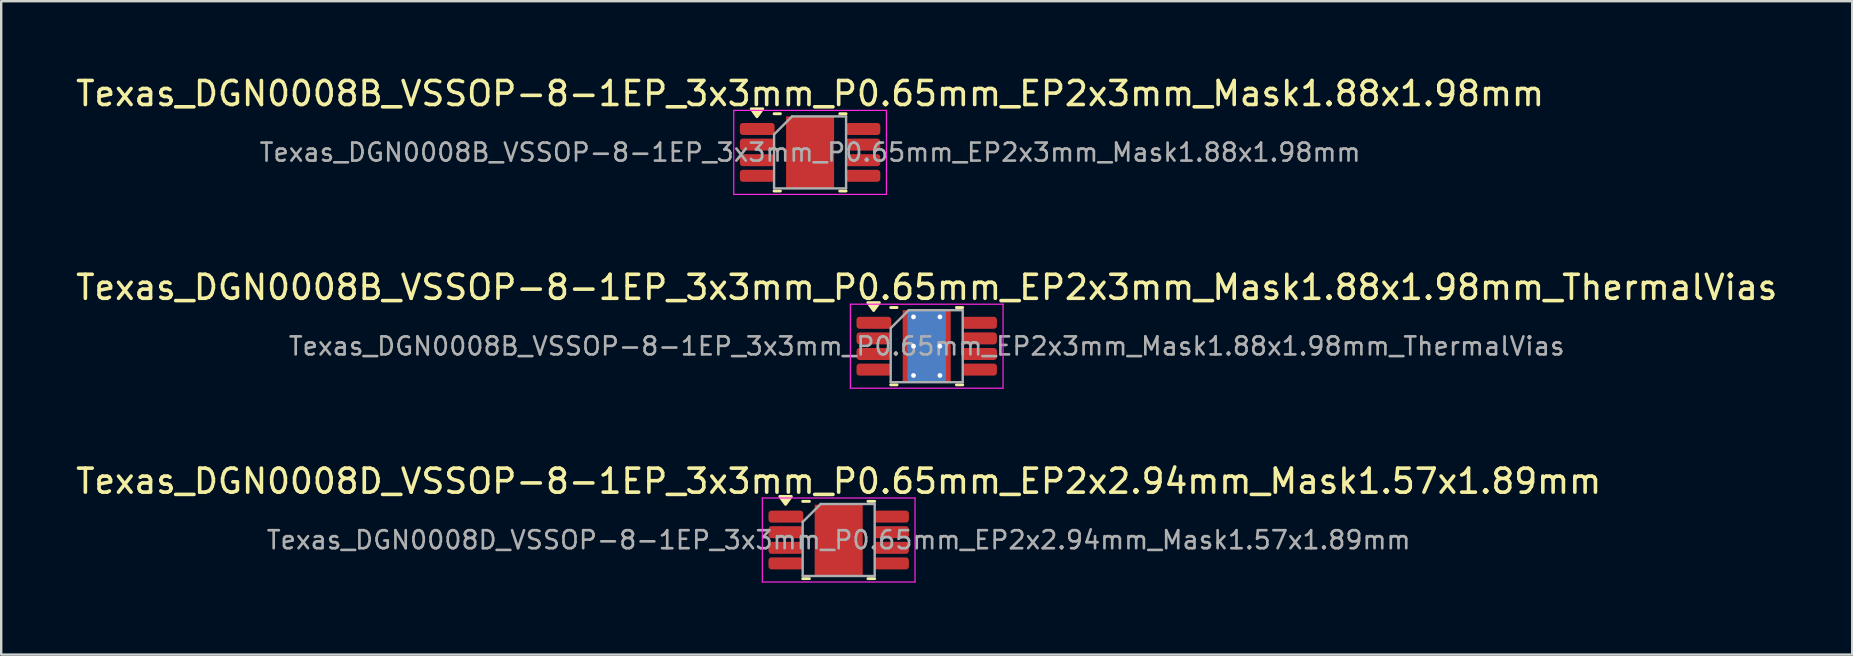
<source format=kicad_pcb>
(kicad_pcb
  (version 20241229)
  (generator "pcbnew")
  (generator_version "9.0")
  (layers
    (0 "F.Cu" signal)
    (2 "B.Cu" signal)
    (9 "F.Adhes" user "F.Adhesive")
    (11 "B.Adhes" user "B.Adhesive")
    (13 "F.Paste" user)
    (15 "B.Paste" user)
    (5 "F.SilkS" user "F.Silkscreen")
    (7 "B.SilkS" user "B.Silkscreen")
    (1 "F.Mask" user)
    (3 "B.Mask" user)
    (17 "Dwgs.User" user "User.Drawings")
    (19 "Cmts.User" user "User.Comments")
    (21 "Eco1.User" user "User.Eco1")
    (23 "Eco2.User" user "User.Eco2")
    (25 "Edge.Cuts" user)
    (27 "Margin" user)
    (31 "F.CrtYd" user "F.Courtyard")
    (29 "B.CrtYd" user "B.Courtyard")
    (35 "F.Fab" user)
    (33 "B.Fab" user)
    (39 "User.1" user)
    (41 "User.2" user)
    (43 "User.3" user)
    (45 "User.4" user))
  (footprint "Texas_DGN0008B_VSSOP-8-1EP_3x3mm_P0.65mm_EP2x3mm_Mask1.88x1.98mm"
    (layer "F.Cu")
    (at 30.696 3.298)
    (property "Reference" "Texas_DGN0008B_VSSOP-8-1EP_3x3mm_P0.65mm_EP2x3mm_Mask1.88x1.98mm" (at 0 -2.45 0) (layer "F.SilkS") (effects (font (size 1 1) (thickness 0.15))))
    (attr smd)
    (fp_line (start -1.236 -1.61) (end -1.5 -1.61) (stroke (width 0.12) (type solid)) (layer "F.SilkS"))
    (fp_line (start -1.236 1.61) (end -1.5 1.61) (stroke (width 0.12) (type solid)) (layer "F.SilkS"))
    (fp_line (start 1.236 -1.61) (end 1.5 -1.61) (stroke (width 0.12) (type solid)) (layer "F.SilkS"))
    (fp_line (start 1.236 1.61) (end 1.5 1.61) (stroke (width 0.12) (type solid)) (layer "F.SilkS"))
    (fp_poly (pts (xy -2.212 -1.485) (xy -2.453 -1.815) (xy -1.972 -1.815) (xy -2.212 -1.485)) (stroke (width 0.12) (type solid)) (fill yes) (layer "F.SilkS"))
    (fp_line (start -3.18 -1.75) (end -3.18 1.75) (stroke (width 0.05) (type solid)) (layer "F.CrtYd"))
    (fp_line (start -3.18 1.75) (end 3.18 1.75) (stroke (width 0.05) (type solid)) (layer "F.CrtYd"))
    (fp_line (start 3.18 -1.75) (end -3.18 -1.75) (stroke (width 0.05) (type solid)) (layer "F.CrtYd"))
    (fp_line (start 3.18 1.75) (end 3.18 -1.75) (stroke (width 0.05) (type solid)) (layer "F.CrtYd"))
    (fp_line (start -1.5 -0.75) (end -0.75 -1.5) (stroke (width 0.1) (type solid)) (layer "F.Fab"))
    (fp_line (start -1.5 1.5) (end -1.5 -0.75) (stroke (width 0.1) (type solid)) (layer "F.Fab"))
    (fp_line (start -0.75 -1.5) (end 1.5 -1.5) (stroke (width 0.1) (type solid)) (layer "F.Fab"))
    (fp_line (start 1.5 -1.5) (end 1.5 1.5) (stroke (width 0.1) (type solid)) (layer "F.Fab"))
    (fp_line (start 1.5 1.5) (end -1.5 1.5) (stroke (width 0.1) (type solid)) (layer "F.Fab"))
    (fp_text user "${REFERENCE}" (at 0 0 0) (layer "F.Fab") (effects (font (size 0.75 0.75) (thickness 0.11))))
    (pad "" smd roundrect (at 0 0) (size 1.52 1.6) (layers "F.Paste") (roundrect_rratio 0.164))
    (pad "" smd rect (at 0 0) (size 1.88 1.98) (layers "F.Mask"))
    (pad "1" smd roundrect (at -2.2 -0.975) (size 1.45 0.5) (layers "F.Cu" "F.Mask" "F.Paste") (roundrect_rratio 0.25))
    (pad "2" smd roundrect (at -2.2 -0.325) (size 1.45 0.5) (layers "F.Cu" "F.Mask" "F.Paste") (roundrect_rratio 0.25))
    (pad "3" smd roundrect (at -2.2 0.325) (size 1.45 0.5) (layers "F.Cu" "F.Mask" "F.Paste") (roundrect_rratio 0.25))
    (pad "4" smd roundrect (at -2.2 0.975) (size 1.45 0.5) (layers "F.Cu" "F.Mask" "F.Paste") (roundrect_rratio 0.25))
    (pad "5" smd roundrect (at 2.2 0.975) (size 1.45 0.5) (layers "F.Cu" "F.Mask" "F.Paste") (roundrect_rratio 0.25))
    (pad "6" smd roundrect (at 2.2 0.325) (size 1.45 0.5) (layers "F.Cu" "F.Mask" "F.Paste") (roundrect_rratio 0.25))
    (pad "7" smd roundrect (at 2.2 -0.325) (size 1.45 0.5) (layers "F.Cu" "F.Mask" "F.Paste") (roundrect_rratio 0.25))
    (pad "8" smd roundrect (at 2.2 -0.975) (size 1.45 0.5) (layers "F.Cu" "F.Mask" "F.Paste") (roundrect_rratio 0.25))
    (pad "9" smd rect (at 0 0) (size 2 3) (property pad_prop_heatsink) (layers "F.Cu")))
  (footprint "Texas_DGN0008B_VSSOP-8-1EP_3x3mm_P0.65mm_EP2x3mm_Mask1.88x1.98mm_ThermalVias"
    (layer "F.Cu")
    (at 35.554 11.371)
    (property "Reference" "Texas_DGN0008B_VSSOP-8-1EP_3x3mm_P0.65mm_EP2x3mm_Mask1.88x1.98mm_ThermalVias" (at 0 -2.45 0) (layer "F.SilkS") (effects (font (size 1 1) (thickness 0.15))))
    (attr smd)
    (fp_line (start -1.236 -1.61) (end -1.5 -1.61) (stroke (width 0.12) (type solid)) (layer "F.SilkS"))
    (fp_line (start -1.236 1.61) (end -1.5 1.61) (stroke (width 0.12) (type solid)) (layer "F.SilkS"))
    (fp_line (start 1.236 -1.61) (end 1.5 -1.61) (stroke (width 0.12) (type solid)) (layer "F.SilkS"))
    (fp_line (start 1.236 1.61) (end 1.5 1.61) (stroke (width 0.12) (type solid)) (layer "F.SilkS"))
    (fp_poly (pts (xy -2.212 -1.485) (xy -2.453 -1.815) (xy -1.972 -1.815) (xy -2.212 -1.485)) (stroke (width 0.12) (type solid)) (fill yes) (layer "F.SilkS"))
    (fp_line (start -3.18 -1.75) (end -3.18 1.75) (stroke (width 0.05) (type solid)) (layer "F.CrtYd"))
    (fp_line (start -3.18 1.75) (end 3.18 1.75) (stroke (width 0.05) (type solid)) (layer "F.CrtYd"))
    (fp_line (start 3.18 -1.75) (end -3.18 -1.75) (stroke (width 0.05) (type solid)) (layer "F.CrtYd"))
    (fp_line (start 3.18 1.75) (end 3.18 -1.75) (stroke (width 0.05) (type solid)) (layer "F.CrtYd"))
    (fp_line (start -1.5 -0.75) (end -0.75 -1.5) (stroke (width 0.1) (type solid)) (layer "F.Fab"))
    (fp_line (start -1.5 1.5) (end -1.5 -0.75) (stroke (width 0.1) (type solid)) (layer "F.Fab"))
    (fp_line (start -0.75 -1.5) (end 1.5 -1.5) (stroke (width 0.1) (type solid)) (layer "F.Fab"))
    (fp_line (start 1.5 -1.5) (end 1.5 1.5) (stroke (width 0.1) (type solid)) (layer "F.Fab"))
    (fp_line (start 1.5 1.5) (end -1.5 1.5) (stroke (width 0.1) (type solid)) (layer "F.Fab"))
    (fp_text user "${REFERENCE}" (at 0 0 0) (layer "F.Fab") (effects (font (size 0.75 0.75) (thickness 0.11))))
    (pad "" smd custom (at -0.745 -0.495) (size 0.203 0.203) (layers "F.Paste") (options (anchor circle)) (primitives (gr_poly (pts (xy -0.095 -0.355) (xy 0.095 -0.355) (xy 0.095 0.208) (xy -0.052 0.355) (xy -0.095 0.355)) (width 0.147) (fill yes))))
    (pad "" smd custom (at -0.745 0.495) (size 0.203 0.203) (layers "F.Paste") (options (anchor circle)) (primitives (gr_poly (pts (xy -0.095 -0.355) (xy -0.052 -0.355) (xy 0.095 -0.208) (xy 0.095 0.355) (xy -0.095 0.355)) (width 0.147) (fill yes))))
    (pad "" smd custom (at 0 -0.495) (size 0.756 0.756) (layers "F.Paste") (options (anchor circle)) (primitives (gr_poly (pts (xy -0.375 -0.328) (xy 0.375 -0.328) (xy 0.375 0.244) (xy 0.292 0.328) (xy -0.292 0.328) (xy -0.375 0.244)) (width 0.202) (fill yes))))
    (pad "" smd rect (at 0 0) (size 1.88 1.98) (layers "F.Mask"))
    (pad "" smd custom (at 0 0.495) (size 0.756 0.756) (layers "F.Paste") (options (anchor circle)) (primitives (gr_poly (pts (xy -0.375 -0.244) (xy -0.292 -0.328) (xy 0.292 -0.328) (xy 0.375 -0.244) (xy 0.375 0.328) (xy -0.375 0.328)) (width 0.202) (fill yes))))
    (pad "" smd custom (at 0.745 -0.495) (size 0.203 0.203) (layers "F.Paste") (options (anchor circle)) (primitives (gr_poly (pts (xy -0.095 -0.355) (xy 0.095 -0.355) (xy 0.095 0.355) (xy 0.052 0.355) (xy -0.095 0.208)) (width 0.147) (fill yes))))
    (pad "" smd custom (at 0.745 0.495) (size 0.203 0.203) (layers "F.Paste") (options (anchor circle)) (primitives (gr_poly (pts (xy -0.095 -0.208) (xy 0.052 -0.355) (xy 0.095 -0.355) (xy 0.095 0.355) (xy -0.095 0.355)) (width 0.147) (fill yes))))
    (pad "1" smd roundrect (at -2.2 -0.975) (size 1.45 0.5) (layers "F.Cu" "F.Mask" "F.Paste") (roundrect_rratio 0.25))
    (pad "2" smd roundrect (at -2.2 -0.325) (size 1.45 0.5) (layers "F.Cu" "F.Mask" "F.Paste") (roundrect_rratio 0.25))
    (pad "3" smd roundrect (at -2.2 0.325) (size 1.45 0.5) (layers "F.Cu" "F.Mask" "F.Paste") (roundrect_rratio 0.25))
    (pad "4" smd roundrect (at -2.2 0.975) (size 1.45 0.5) (layers "F.Cu" "F.Mask" "F.Paste") (roundrect_rratio 0.25))
    (pad "5" smd roundrect (at 2.2 0.975) (size 1.45 0.5) (layers "F.Cu" "F.Mask" "F.Paste") (roundrect_rratio 0.25))
    (pad "6" smd roundrect (at 2.2 0.325) (size 1.45 0.5) (layers "F.Cu" "F.Mask" "F.Paste") (roundrect_rratio 0.25))
    (pad "7" smd roundrect (at 2.2 -0.325) (size 1.45 0.5) (layers "F.Cu" "F.Mask" "F.Paste") (roundrect_rratio 0.25))
    (pad "8" smd roundrect (at 2.2 -0.975) (size 1.45 0.5) (layers "F.Cu" "F.Mask" "F.Paste") (roundrect_rratio 0.25))
    (pad "9" thru_hole circle (at -0.55 -1.22) (size 0.5 0.5) (drill 0.2) (property pad_prop_heatsink) (layers "*.Cu"))
    (pad "9" thru_hole circle (at -0.55 0) (size 0.5 0.5) (drill 0.2) (property pad_prop_heatsink) (layers "*.Cu"))
    (pad "9" thru_hole circle (at -0.55 1.22) (size 0.5 0.5) (drill 0.2) (property pad_prop_heatsink) (layers "*.Cu"))
    (pad "9" smd rect (at 0 0) (size 1.6 2.94) (property pad_prop_heatsink) (layers "B.Cu"))
    (pad "9" smd rect (at 0 0) (size 2 3) (property pad_prop_heatsink) (layers "F.Cu"))
    (pad "9" thru_hole circle (at 0.55 -1.22) (size 0.5 0.5) (drill 0.2) (property pad_prop_heatsink) (layers "*.Cu"))
    (pad "9" thru_hole circle (at 0.55 0) (size 0.5 0.5) (drill 0.2) (property pad_prop_heatsink) (layers "*.Cu"))
    (pad "9" thru_hole circle (at 0.55 1.22) (size 0.5 0.5) (drill 0.2) (property pad_prop_heatsink) (layers "*.Cu")))
  (footprint "Texas_DGN0008D_VSSOP-8-1EP_3x3mm_P0.65mm_EP2x2.94mm_Mask1.57x1.89mm"
    (layer "F.Cu")
    (at 31.887 19.445)
    (property "Reference" "Texas_DGN0008D_VSSOP-8-1EP_3x3mm_P0.65mm_EP2x2.94mm_Mask1.57x1.89mm" (at 0 -2.45 0) (layer "F.SilkS") (effects (font (size 1 1) (thickness 0.15))))
    (attr smd)
    (fp_line (start -1.219 -1.61) (end -1.5 -1.61) (stroke (width 0.12) (type solid)) (layer "F.SilkS"))
    (fp_line (start -1.219 1.61) (end -1.5 1.61) (stroke (width 0.12) (type solid)) (layer "F.SilkS"))
    (fp_line (start 1.219 -1.61) (end 1.5 -1.61) (stroke (width 0.12) (type solid)) (layer "F.SilkS"))
    (fp_line (start 1.219 1.61) (end 1.5 1.61) (stroke (width 0.12) (type solid)) (layer "F.SilkS"))
    (fp_poly (pts (xy -2.212 -1.485) (xy -2.453 -1.815) (xy -1.972 -1.815) (xy -2.212 -1.485)) (stroke (width 0.12) (type solid)) (fill yes) (layer "F.SilkS"))
    (fp_line (start -3.18 -1.75) (end -3.18 1.75) (stroke (width 0.05) (type solid)) (layer "F.CrtYd"))
    (fp_line (start -3.18 1.75) (end 3.18 1.75) (stroke (width 0.05) (type solid)) (layer "F.CrtYd"))
    (fp_line (start 3.18 -1.75) (end -3.18 -1.75) (stroke (width 0.05) (type solid)) (layer "F.CrtYd"))
    (fp_line (start 3.18 1.75) (end 3.18 -1.75) (stroke (width 0.05) (type solid)) (layer "F.CrtYd"))
    (fp_line (start -1.5 -0.75) (end -0.75 -1.5) (stroke (width 0.1) (type solid)) (layer "F.Fab"))
    (fp_line (start -1.5 1.5) (end -1.5 -0.75) (stroke (width 0.1) (type solid)) (layer "F.Fab"))
    (fp_line (start -0.75 -1.5) (end 1.5 -1.5) (stroke (width 0.1) (type solid)) (layer "F.Fab"))
    (fp_line (start 1.5 -1.5) (end 1.5 1.5) (stroke (width 0.1) (type solid)) (layer "F.Fab"))
    (fp_line (start 1.5 1.5) (end -1.5 1.5) (stroke (width 0.1) (type solid)) (layer "F.Fab"))
    (fp_text user "${REFERENCE}" (at 0 0 0) (layer "F.Fab") (effects (font (size 0.75 0.75) (thickness 0.11))))
    (pad "" smd roundrect (at 0 0) (size 1.27 1.52) (layers "F.Paste") (roundrect_rratio 0.197))
    (pad "" smd rect (at 0 0) (size 1.57 1.89) (layers "F.Mask"))
    (pad "1" smd roundrect (at -2.2 -0.975) (size 1.45 0.5) (layers "F.Cu" "F.Mask" "F.Paste") (roundrect_rratio 0.25))
    (pad "2" smd roundrect (at -2.2 -0.325) (size 1.45 0.5) (layers "F.Cu" "F.Mask" "F.Paste") (roundrect_rratio 0.25))
    (pad "3" smd roundrect (at -2.2 0.325) (size 1.45 0.5) (layers "F.Cu" "F.Mask" "F.Paste") (roundrect_rratio 0.25))
    (pad "4" smd roundrect (at -2.2 0.975) (size 1.45 0.5) (layers "F.Cu" "F.Mask" "F.Paste") (roundrect_rratio 0.25))
    (pad "5" smd roundrect (at 2.2 0.975) (size 1.45 0.5) (layers "F.Cu" "F.Mask" "F.Paste") (roundrect_rratio 0.25))
    (pad "6" smd roundrect (at 2.2 0.325) (size 1.45 0.5) (layers "F.Cu" "F.Mask" "F.Paste") (roundrect_rratio 0.25))
    (pad "7" smd roundrect (at 2.2 -0.325) (size 1.45 0.5) (layers "F.Cu" "F.Mask" "F.Paste") (roundrect_rratio 0.25))
    (pad "8" smd roundrect (at 2.2 -0.975) (size 1.45 0.5) (layers "F.Cu" "F.Mask" "F.Paste") (roundrect_rratio 0.25))
    (pad "9" smd rect (at 0 0) (size 2 2.94) (property pad_prop_heatsink) (layers "F.Cu")))
  (gr_rect
    (start -3 -3)
    (end 74.107 24.22)
    (stroke (width 0.1) (type default))
    (fill no)
    (layer "Edge.Cuts")))
</source>
